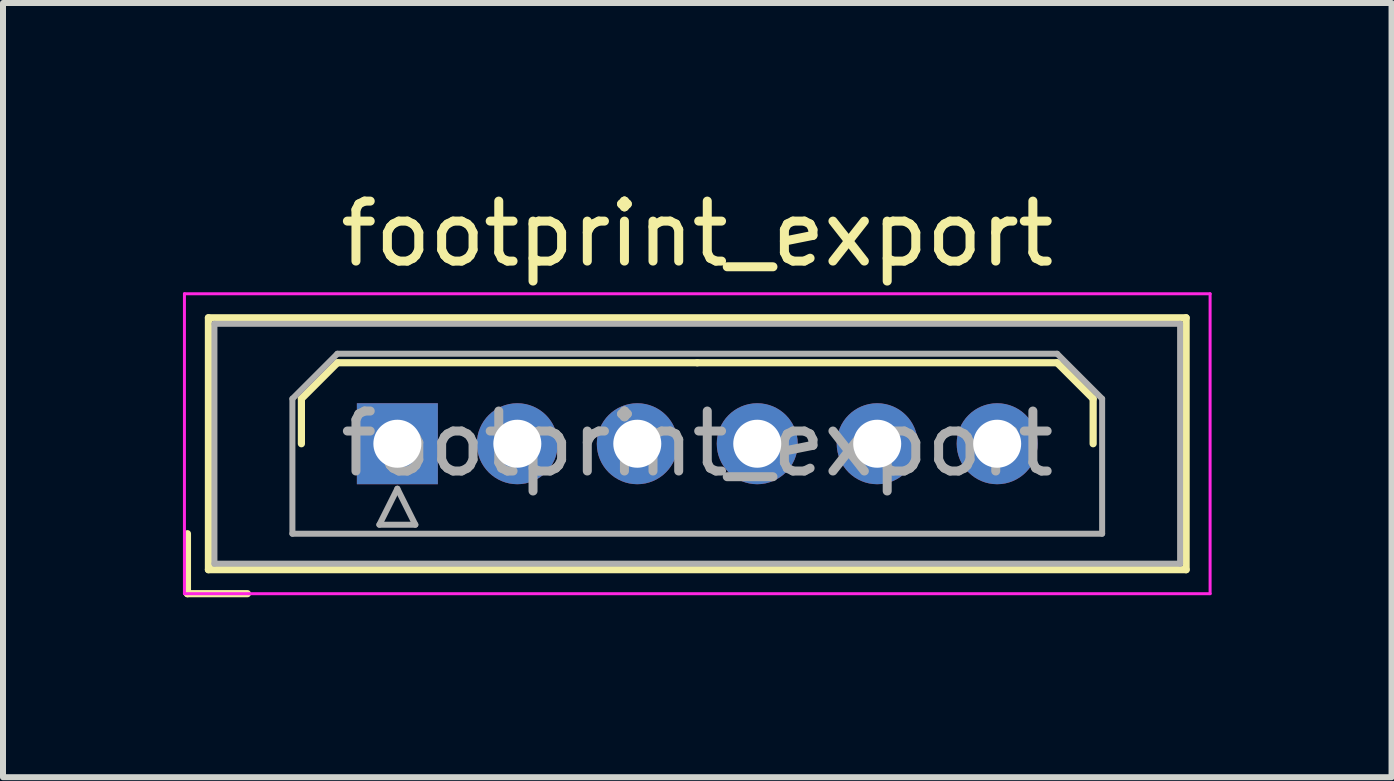
<source format=kicad_pcb>
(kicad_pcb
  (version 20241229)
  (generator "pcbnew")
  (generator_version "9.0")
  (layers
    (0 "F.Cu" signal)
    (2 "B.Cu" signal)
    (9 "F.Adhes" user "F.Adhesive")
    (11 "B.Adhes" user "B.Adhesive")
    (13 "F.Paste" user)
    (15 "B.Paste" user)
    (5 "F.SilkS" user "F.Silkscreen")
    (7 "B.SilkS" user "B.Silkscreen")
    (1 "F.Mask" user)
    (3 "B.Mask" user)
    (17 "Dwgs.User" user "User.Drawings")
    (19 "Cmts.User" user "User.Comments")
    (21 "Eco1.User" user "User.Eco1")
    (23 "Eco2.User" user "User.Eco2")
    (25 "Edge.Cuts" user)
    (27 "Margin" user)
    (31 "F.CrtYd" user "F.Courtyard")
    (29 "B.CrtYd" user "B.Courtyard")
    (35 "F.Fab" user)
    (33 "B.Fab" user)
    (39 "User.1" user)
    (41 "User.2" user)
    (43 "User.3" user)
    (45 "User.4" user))
  (footprint "footprint_export"
    (layer "F.Cu")
    (at 3.575 4.348)
    (property "Reference" "footprint_export" (at 5 -3.5 0) (layer "F.SilkS") (effects (font (size 1 1) (thickness 0.15))))
    (attr through_hole)
    (fp_line (start -3.5 1.5) (end -3.5 2.5) (stroke (width 0.12) (type solid)) (layer "F.SilkS"))
    (fp_line (start -3.5 2.5) (end -2.5 2.5) (stroke (width 0.12) (type solid)) (layer "F.SilkS"))
    (fp_line (start -3.15 -2.1) (end -3.15 2.1) (stroke (width 0.12) (type solid)) (layer "F.SilkS"))
    (fp_line (start -3.15 2.1) (end 13.15 2.1) (stroke (width 0.12) (type solid)) (layer "F.SilkS"))
    (fp_line (start -1.6 -0.75) (end -1 -1.35) (stroke (width 0.12) (type solid)) (layer "F.SilkS"))
    (fp_line (start -1.6 0) (end -1.6 -0.75) (stroke (width 0.12) (type solid)) (layer "F.SilkS"))
    (fp_line (start -1 -1.35) (end 5 -1.35) (stroke (width 0.12) (type solid)) (layer "F.SilkS"))
    (fp_line (start 11 -1.35) (end 5 -1.35) (stroke (width 0.12) (type solid)) (layer "F.SilkS"))
    (fp_line (start 11.6 -0.75) (end 11 -1.35) (stroke (width 0.12) (type solid)) (layer "F.SilkS"))
    (fp_line (start 11.6 0) (end 11.6 -0.75) (stroke (width 0.12) (type solid)) (layer "F.SilkS"))
    (fp_line (start 13.15 -2.1) (end -3.15 -2.1) (stroke (width 0.12) (type solid)) (layer "F.SilkS"))
    (fp_line (start 13.15 2.1) (end 13.15 -2.1) (stroke (width 0.12) (type solid)) (layer "F.SilkS"))
    (fp_line (start -3.55 -2.5) (end -3.55 2.5) (stroke (width 0.05) (type solid)) (layer "F.CrtYd"))
    (fp_line (start -3.55 2.5) (end 13.55 2.5) (stroke (width 0.05) (type solid)) (layer "F.CrtYd"))
    (fp_line (start 13.55 -2.5) (end -3.55 -2.5) (stroke (width 0.05) (type solid)) (layer "F.CrtYd"))
    (fp_line (start 13.55 2.5) (end 13.55 -2.5) (stroke (width 0.05) (type solid)) (layer "F.CrtYd"))
    (fp_line (start -3.05 -2) (end -3.05 2) (stroke (width 0.1) (type solid)) (layer "F.Fab"))
    (fp_line (start -3.05 2) (end 13.05 2) (stroke (width 0.1) (type solid)) (layer "F.Fab"))
    (fp_line (start -1.75 -0.75) (end -1 -1.5) (stroke (width 0.1) (type solid)) (layer "F.Fab"))
    (fp_line (start -1.75 1.5) (end -1.75 -0.75) (stroke (width 0.1) (type solid)) (layer "F.Fab"))
    (fp_line (start -1 -1.5) (end 11 -1.5) (stroke (width 0.1) (type solid)) (layer "F.Fab"))
    (fp_line (start -0.3 1.35) (end 0.3 1.35) (stroke (width 0.1) (type solid)) (layer "F.Fab"))
    (fp_line (start 0 0.75) (end -0.3 1.35) (stroke (width 0.1) (type solid)) (layer "F.Fab"))
    (fp_line (start 0.3 1.35) (end 0 0.75) (stroke (width 0.1) (type solid)) (layer "F.Fab"))
    (fp_line (start 11 -1.5) (end 11.75 -0.75) (stroke (width 0.1) (type solid)) (layer "F.Fab"))
    (fp_line (start 11.75 -0.75) (end 11.75 1.5) (stroke (width 0.1) (type solid)) (layer "F.Fab"))
    (fp_line (start 11.75 1.5) (end -1.75 1.5) (stroke (width 0.1) (type solid)) (layer "F.Fab"))
    (fp_line (start 13.05 -2) (end -3.05 -2) (stroke (width 0.1) (type solid)) (layer "F.Fab"))
    (fp_line (start 13.05 2) (end 13.05 -2) (stroke (width 0.1) (type solid)) (layer "F.Fab"))
    (fp_text user "${REFERENCE}" (at 5 0 0) (layer "F.Fab") (effects (font (size 1 1) (thickness 0.15))))
    (pad "1" thru_hole rect (at 0 0) (size 1.35 1.35) (drill 0.8) (layers "*.Cu" "*.Mask"))
    (pad "2" thru_hole circle (at 2 0) (size 1.35 1.35) (drill 0.8) (layers "*.Cu" "*.Mask"))
    (pad "3" thru_hole circle (at 4 0) (size 1.35 1.35) (drill 0.8) (layers "*.Cu" "*.Mask"))
    (pad "4" thru_hole circle (at 6 0) (size 1.35 1.35) (drill 0.8) (layers "*.Cu" "*.Mask"))
    (pad "5" thru_hole circle (at 8 0) (size 1.35 1.35) (drill 0.8) (layers "*.Cu" "*.Mask"))
    (pad "6" thru_hole circle (at 10 0) (size 1.35 1.35) (drill 0.8) (layers "*.Cu" "*.Mask")))
  (gr_rect
    (start -3 -3)
    (end 20.15 9.908)
    (stroke (width 0.1) (type default))
    (fill no)
    (layer "Edge.Cuts")))
</source>
